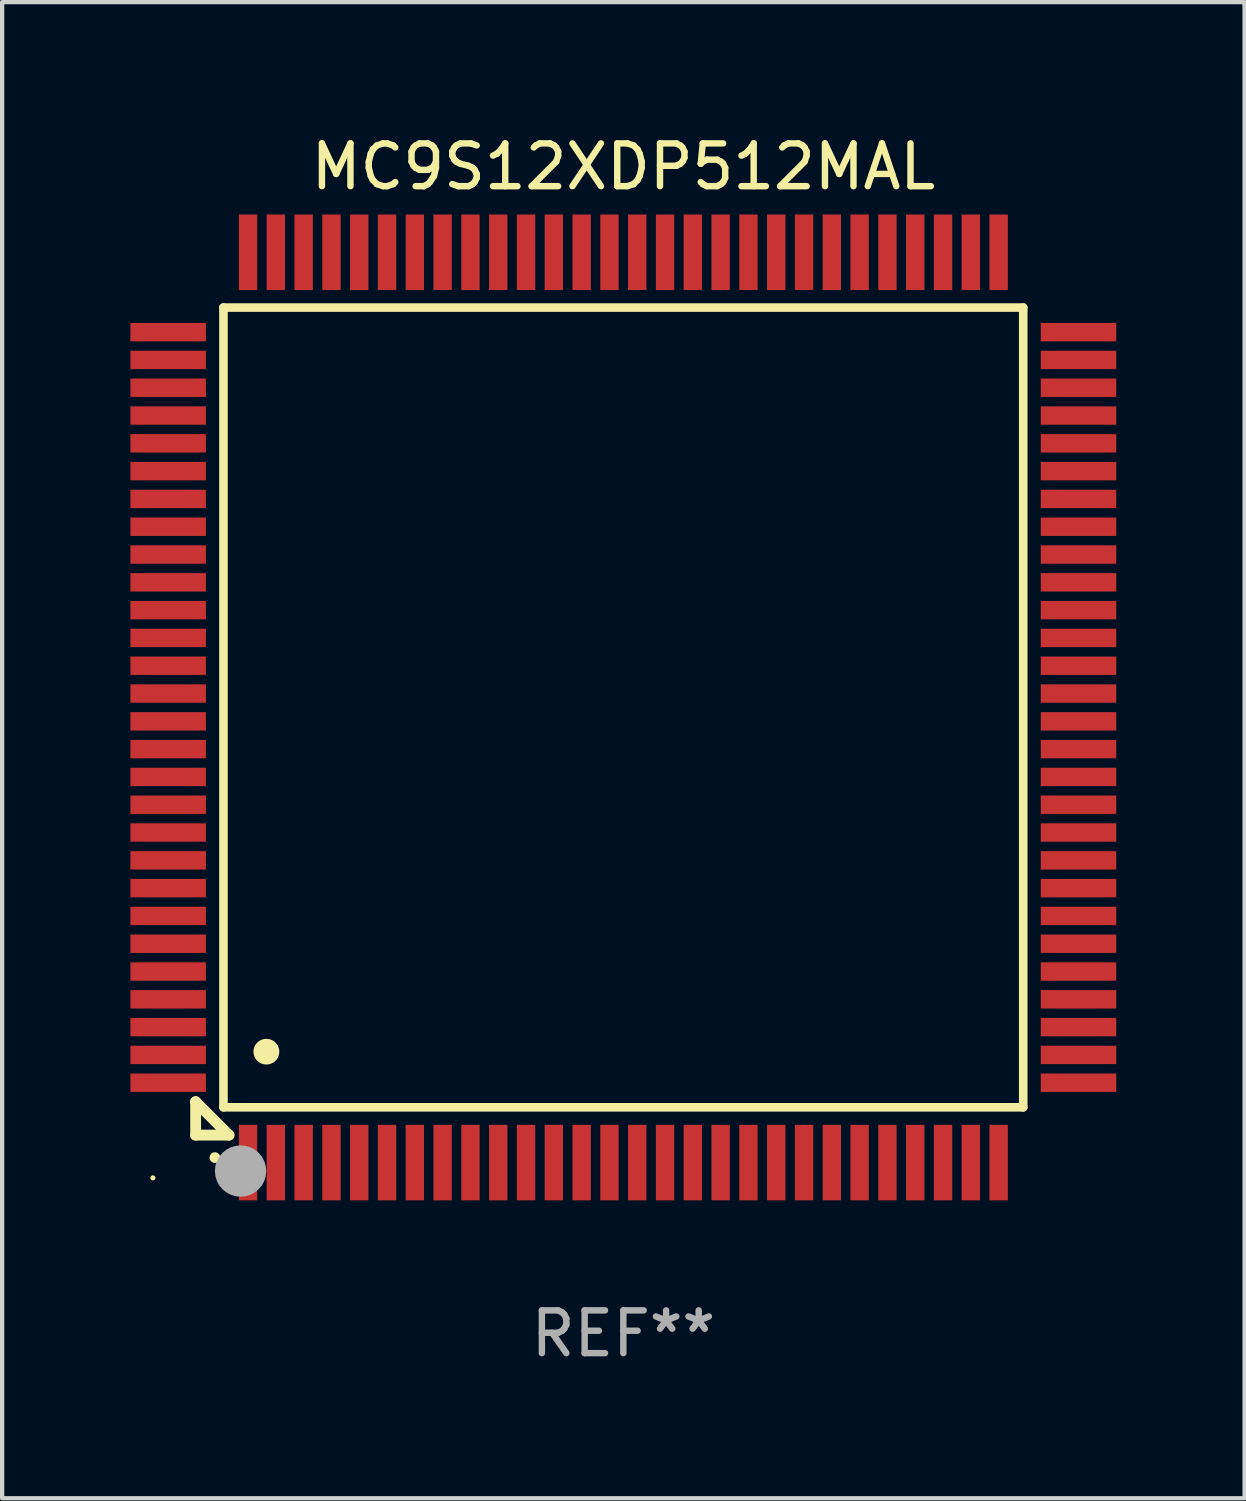
<source format=kicad_pcb>
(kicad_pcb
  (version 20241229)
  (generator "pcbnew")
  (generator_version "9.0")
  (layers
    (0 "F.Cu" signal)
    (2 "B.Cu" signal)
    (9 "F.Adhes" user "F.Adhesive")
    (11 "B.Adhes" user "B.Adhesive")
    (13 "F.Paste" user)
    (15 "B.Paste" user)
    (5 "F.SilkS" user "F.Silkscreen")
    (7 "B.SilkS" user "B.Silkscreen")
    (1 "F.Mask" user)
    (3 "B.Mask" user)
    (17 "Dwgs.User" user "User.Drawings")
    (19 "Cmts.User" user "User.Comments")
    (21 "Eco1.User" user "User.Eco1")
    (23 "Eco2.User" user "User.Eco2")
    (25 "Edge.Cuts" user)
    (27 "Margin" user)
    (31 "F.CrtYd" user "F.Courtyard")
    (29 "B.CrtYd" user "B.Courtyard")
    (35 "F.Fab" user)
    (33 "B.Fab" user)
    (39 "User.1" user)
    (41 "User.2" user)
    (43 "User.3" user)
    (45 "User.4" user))
  (footprint "MC9S12XDP512MAL"
    (layer "F.Cu")
    (at 11.525 13.491)
    (property "Reference" "MC9S12XDP512MAL" (at 0 -12.643 0) (layer "F.SilkS") (effects (font (size 1 1) (thickness 0.15))))
    (attr through_hole)
    (fp_line (start -10 9.221) (end -10 9.221) (stroke (width 0.254) (type solid)) (layer "F.SilkS"))
    (fp_line (start -10 9.221) (end -10 10) (stroke (width 0.254) (type solid)) (layer "F.SilkS"))
    (fp_line (start -10 9.221) (end -9.221 10) (stroke (width 0.254) (type solid)) (layer "F.SilkS"))
    (fp_line (start -10 10) (end -9.221 10) (stroke (width 0.254) (type solid)) (layer "F.SilkS"))
    (fp_line (start -9.35 -9.35) (end -9.35 9.35) (stroke (width 0.201) (type solid)) (layer "F.SilkS"))
    (fp_line (start -9.35 9.35) (end 9.35 9.35) (stroke (width 0.201) (type solid)) (layer "F.SilkS"))
    (fp_line (start 9.35 -9.35) (end -9.35 -9.35) (stroke (width 0.201) (type solid)) (layer "F.SilkS"))
    (fp_line (start 9.35 9.35) (end 9.35 -9.35) (stroke (width 0.201) (type solid)) (layer "F.SilkS"))
    (fp_arc (start -9.550546 10.525832) (mid -9.549276 10.525826) (end -9.548006 10.525832) (stroke (width 0.24892) (type solid)) (layer "F.SilkS"))
    (fp_arc (start -8.349124 8.049327) (mid -8.346584 8.049316) (end -8.344044 8.049327) (stroke (width 0.599441) (type solid)) (layer "F.SilkS"))
    (fp_circle (center -11 11) (end -10.97 11) (stroke (width 0.06) (type solid)) (fill no) (layer "F.SilkS"))
    (fp_circle (center -8.95 10.84) (end -8.65 10.84) (stroke (width 0.6) (type solid)) (fill no) (layer "F.Fab"))
    (fp_text user "REF**" (at 0 14.643 0) (layer "F.Fab") (effects (font (size 1 1) (thickness 0.15))))
    (pad "1" smd rect (at -8.775 10.643) (size 0.43 1.765) (layers "F.Cu" "F.Mask" "F.Paste"))
    (pad "2" smd rect (at -8.125 10.643) (size 0.43 1.765) (layers "F.Cu" "F.Mask" "F.Paste"))
    (pad "3" smd rect (at -7.475 10.643) (size 0.43 1.765) (layers "F.Cu" "F.Mask" "F.Paste"))
    (pad "4" smd rect (at -6.825 10.643) (size 0.43 1.765) (layers "F.Cu" "F.Mask" "F.Paste"))
    (pad "5" smd rect (at -6.175 10.643) (size 0.43 1.765) (layers "F.Cu" "F.Mask" "F.Paste"))
    (pad "6" smd rect (at -5.525 10.643) (size 0.43 1.765) (layers "F.Cu" "F.Mask" "F.Paste"))
    (pad "7" smd rect (at -4.875 10.643) (size 0.43 1.765) (layers "F.Cu" "F.Mask" "F.Paste"))
    (pad "8" smd rect (at -4.225 10.643) (size 0.43 1.765) (layers "F.Cu" "F.Mask" "F.Paste"))
    (pad "9" smd rect (at -3.575 10.643) (size 0.43 1.765) (layers "F.Cu" "F.Mask" "F.Paste"))
    (pad "10" smd rect (at -2.925 10.643) (size 0.43 1.765) (layers "F.Cu" "F.Mask" "F.Paste"))
    (pad "11" smd rect (at -2.275 10.643) (size 0.43 1.765) (layers "F.Cu" "F.Mask" "F.Paste"))
    (pad "12" smd rect (at -1.625 10.643) (size 0.43 1.765) (layers "F.Cu" "F.Mask" "F.Paste"))
    (pad "13" smd rect (at -0.975 10.643) (size 0.43 1.765) (layers "F.Cu" "F.Mask" "F.Paste"))
    (pad "14" smd rect (at -0.325 10.643) (size 0.43 1.765) (layers "F.Cu" "F.Mask" "F.Paste"))
    (pad "15" smd rect (at 0.325 10.643) (size 0.43 1.765) (layers "F.Cu" "F.Mask" "F.Paste"))
    (pad "16" smd rect (at 0.975 10.643) (size 0.43 1.765) (layers "F.Cu" "F.Mask" "F.Paste"))
    (pad "17" smd rect (at 1.625 10.643) (size 0.43 1.765) (layers "F.Cu" "F.Mask" "F.Paste"))
    (pad "18" smd rect (at 2.275 10.643) (size 0.43 1.765) (layers "F.Cu" "F.Mask" "F.Paste"))
    (pad "19" smd rect (at 2.925 10.643) (size 0.43 1.765) (layers "F.Cu" "F.Mask" "F.Paste"))
    (pad "20" smd rect (at 3.575 10.643) (size 0.43 1.765) (layers "F.Cu" "F.Mask" "F.Paste"))
    (pad "21" smd rect (at 4.225 10.643) (size 0.43 1.765) (layers "F.Cu" "F.Mask" "F.Paste"))
    (pad "22" smd rect (at 4.875 10.643) (size 0.43 1.765) (layers "F.Cu" "F.Mask" "F.Paste"))
    (pad "23" smd rect (at 5.525 10.643) (size 0.43 1.765) (layers "F.Cu" "F.Mask" "F.Paste"))
    (pad "24" smd rect (at 6.175 10.643) (size 0.43 1.765) (layers "F.Cu" "F.Mask" "F.Paste"))
    (pad "25" smd rect (at 6.825 10.643) (size 0.43 1.765) (layers "F.Cu" "F.Mask" "F.Paste"))
    (pad "26" smd rect (at 7.475 10.643) (size 0.43 1.765) (layers "F.Cu" "F.Mask" "F.Paste"))
    (pad "27" smd rect (at 8.125 10.643) (size 0.43 1.765) (layers "F.Cu" "F.Mask" "F.Paste"))
    (pad "28" smd rect (at 8.775 10.643) (size 0.43 1.765) (layers "F.Cu" "F.Mask" "F.Paste"))
    (pad "29" smd rect (at 10.643 8.775) (size 1.765 0.43) (layers "F.Cu" "F.Mask" "F.Paste"))
    (pad "30" smd rect (at 10.643 8.125) (size 1.765 0.43) (layers "F.Cu" "F.Mask" "F.Paste"))
    (pad "31" smd rect (at 10.643 7.475) (size 1.765 0.43) (layers "F.Cu" "F.Mask" "F.Paste"))
    (pad "32" smd rect (at 10.643 6.825) (size 1.765 0.43) (layers "F.Cu" "F.Mask" "F.Paste"))
    (pad "33" smd rect (at 10.643 6.175) (size 1.765 0.43) (layers "F.Cu" "F.Mask" "F.Paste"))
    (pad "34" smd rect (at 10.643 5.525) (size 1.765 0.43) (layers "F.Cu" "F.Mask" "F.Paste"))
    (pad "35" smd rect (at 10.643 4.875) (size 1.765 0.43) (layers "F.Cu" "F.Mask" "F.Paste"))
    (pad "36" smd rect (at 10.643 4.225) (size 1.765 0.43) (layers "F.Cu" "F.Mask" "F.Paste"))
    (pad "37" smd rect (at 10.643 3.575) (size 1.765 0.43) (layers "F.Cu" "F.Mask" "F.Paste"))
    (pad "38" smd rect (at 10.643 2.925) (size 1.765 0.43) (layers "F.Cu" "F.Mask" "F.Paste"))
    (pad "39" smd rect (at 10.643 2.275) (size 1.765 0.43) (layers "F.Cu" "F.Mask" "F.Paste"))
    (pad "40" smd rect (at 10.643 1.625) (size 1.765 0.43) (layers "F.Cu" "F.Mask" "F.Paste"))
    (pad "41" smd rect (at 10.643 0.975) (size 1.765 0.43) (layers "F.Cu" "F.Mask" "F.Paste"))
    (pad "42" smd rect (at 10.643 0.325) (size 1.765 0.43) (layers "F.Cu" "F.Mask" "F.Paste"))
    (pad "43" smd rect (at 10.643 -0.325) (size 1.765 0.43) (layers "F.Cu" "F.Mask" "F.Paste"))
    (pad "44" smd rect (at 10.643 -0.975) (size 1.765 0.43) (layers "F.Cu" "F.Mask" "F.Paste"))
    (pad "45" smd rect (at 10.643 -1.625) (size 1.765 0.43) (layers "F.Cu" "F.Mask" "F.Paste"))
    (pad "46" smd rect (at 10.643 -2.275) (size 1.765 0.43) (layers "F.Cu" "F.Mask" "F.Paste"))
    (pad "47" smd rect (at 10.643 -2.925) (size 1.765 0.43) (layers "F.Cu" "F.Mask" "F.Paste"))
    (pad "48" smd rect (at 10.643 -3.575) (size 1.765 0.43) (layers "F.Cu" "F.Mask" "F.Paste"))
    (pad "49" smd rect (at 10.643 -4.225) (size 1.765 0.43) (layers "F.Cu" "F.Mask" "F.Paste"))
    (pad "50" smd rect (at 10.643 -4.875) (size 1.765 0.43) (layers "F.Cu" "F.Mask" "F.Paste"))
    (pad "51" smd rect (at 10.643 -5.525) (size 1.765 0.43) (layers "F.Cu" "F.Mask" "F.Paste"))
    (pad "52" smd rect (at 10.643 -6.175) (size 1.765 0.43) (layers "F.Cu" "F.Mask" "F.Paste"))
    (pad "53" smd rect (at 10.643 -6.825) (size 1.765 0.43) (layers "F.Cu" "F.Mask" "F.Paste"))
    (pad "54" smd rect (at 10.643 -7.475) (size 1.765 0.43) (layers "F.Cu" "F.Mask" "F.Paste"))
    (pad "55" smd rect (at 10.643 -8.125) (size 1.765 0.43) (layers "F.Cu" "F.Mask" "F.Paste"))
    (pad "56" smd rect (at 10.643 -8.775) (size 1.765 0.43) (layers "F.Cu" "F.Mask" "F.Paste"))
    (pad "57" smd rect (at 8.775 -10.643) (size 0.43 1.765) (layers "F.Cu" "F.Mask" "F.Paste"))
    (pad "58" smd rect (at 8.125 -10.643) (size 0.43 1.765) (layers "F.Cu" "F.Mask" "F.Paste"))
    (pad "59" smd rect (at 7.475 -10.643) (size 0.43 1.765) (layers "F.Cu" "F.Mask" "F.Paste"))
    (pad "60" smd rect (at 6.825 -10.643) (size 0.43 1.765) (layers "F.Cu" "F.Mask" "F.Paste"))
    (pad "61" smd rect (at 6.175 -10.643) (size 0.43 1.765) (layers "F.Cu" "F.Mask" "F.Paste"))
    (pad "62" smd rect (at 5.525 -10.643) (size 0.43 1.765) (layers "F.Cu" "F.Mask" "F.Paste"))
    (pad "63" smd rect (at 4.875 -10.643) (size 0.43 1.765) (layers "F.Cu" "F.Mask" "F.Paste"))
    (pad "64" smd rect (at 4.225 -10.643) (size 0.43 1.765) (layers "F.Cu" "F.Mask" "F.Paste"))
    (pad "65" smd rect (at 3.575 -10.643) (size 0.43 1.765) (layers "F.Cu" "F.Mask" "F.Paste"))
    (pad "66" smd rect (at 2.925 -10.643) (size 0.43 1.765) (layers "F.Cu" "F.Mask" "F.Paste"))
    (pad "67" smd rect (at 2.275 -10.643) (size 0.43 1.765) (layers "F.Cu" "F.Mask" "F.Paste"))
    (pad "68" smd rect (at 1.625 -10.643) (size 0.43 1.765) (layers "F.Cu" "F.Mask" "F.Paste"))
    (pad "69" smd rect (at 0.975 -10.643) (size 0.43 1.765) (layers "F.Cu" "F.Mask" "F.Paste"))
    (pad "70" smd rect (at 0.325 -10.643) (size 0.43 1.765) (layers "F.Cu" "F.Mask" "F.Paste"))
    (pad "71" smd rect (at -0.325 -10.643) (size 0.43 1.765) (layers "F.Cu" "F.Mask" "F.Paste"))
    (pad "72" smd rect (at -0.975 -10.643) (size 0.43 1.765) (layers "F.Cu" "F.Mask" "F.Paste"))
    (pad "73" smd rect (at -1.625 -10.643) (size 0.43 1.765) (layers "F.Cu" "F.Mask" "F.Paste"))
    (pad "74" smd rect (at -2.275 -10.643) (size 0.43 1.765) (layers "F.Cu" "F.Mask" "F.Paste"))
    (pad "75" smd rect (at -2.925 -10.643) (size 0.43 1.765) (layers "F.Cu" "F.Mask" "F.Paste"))
    (pad "76" smd rect (at -3.575 -10.643) (size 0.43 1.765) (layers "F.Cu" "F.Mask" "F.Paste"))
    (pad "77" smd rect (at -4.225 -10.643) (size 0.43 1.765) (layers "F.Cu" "F.Mask" "F.Paste"))
    (pad "78" smd rect (at -4.875 -10.643) (size 0.43 1.765) (layers "F.Cu" "F.Mask" "F.Paste"))
    (pad "79" smd rect (at -5.525 -10.643) (size 0.43 1.765) (layers "F.Cu" "F.Mask" "F.Paste"))
    (pad "80" smd rect (at -6.175 -10.643) (size 0.43 1.765) (layers "F.Cu" "F.Mask" "F.Paste"))
    (pad "81" smd rect (at -6.825 -10.643) (size 0.43 1.765) (layers "F.Cu" "F.Mask" "F.Paste"))
    (pad "82" smd rect (at -7.475 -10.643) (size 0.43 1.765) (layers "F.Cu" "F.Mask" "F.Paste"))
    (pad "83" smd rect (at -8.125 -10.643) (size 0.43 1.765) (layers "F.Cu" "F.Mask" "F.Paste"))
    (pad "84" smd rect (at -8.775 -10.643) (size 0.43 1.765) (layers "F.Cu" "F.Mask" "F.Paste"))
    (pad "85" smd rect (at -10.643 -8.775) (size 1.765 0.43) (layers "F.Cu" "F.Mask" "F.Paste"))
    (pad "86" smd rect (at -10.643 -8.125) (size 1.765 0.43) (layers "F.Cu" "F.Mask" "F.Paste"))
    (pad "87" smd rect (at -10.643 -7.475) (size 1.765 0.43) (layers "F.Cu" "F.Mask" "F.Paste"))
    (pad "88" smd rect (at -10.643 -6.825) (size 1.765 0.43) (layers "F.Cu" "F.Mask" "F.Paste"))
    (pad "89" smd rect (at -10.643 -6.175) (size 1.765 0.43) (layers "F.Cu" "F.Mask" "F.Paste"))
    (pad "90" smd rect (at -10.643 -5.525) (size 1.765 0.43) (layers "F.Cu" "F.Mask" "F.Paste"))
    (pad "91" smd rect (at -10.643 -4.875) (size 1.765 0.43) (layers "F.Cu" "F.Mask" "F.Paste"))
    (pad "92" smd rect (at -10.643 -4.225) (size 1.765 0.43) (layers "F.Cu" "F.Mask" "F.Paste"))
    (pad "93" smd rect (at -10.643 -3.575) (size 1.765 0.43) (layers "F.Cu" "F.Mask" "F.Paste"))
    (pad "94" smd rect (at -10.643 -2.925) (size 1.765 0.43) (layers "F.Cu" "F.Mask" "F.Paste"))
    (pad "95" smd rect (at -10.643 -2.275) (size 1.765 0.43) (layers "F.Cu" "F.Mask" "F.Paste"))
    (pad "96" smd rect (at -10.643 -1.625) (size 1.765 0.43) (layers "F.Cu" "F.Mask" "F.Paste"))
    (pad "97" smd rect (at -10.643 -0.975) (size 1.765 0.43) (layers "F.Cu" "F.Mask" "F.Paste"))
    (pad "98" smd rect (at -10.643 -0.325) (size 1.765 0.43) (layers "F.Cu" "F.Mask" "F.Paste"))
    (pad "99" smd rect (at -10.643 0.325) (size 1.765 0.43) (layers "F.Cu" "F.Mask" "F.Paste"))
    (pad "100" smd rect (at -10.643 0.975) (size 1.765 0.43) (layers "F.Cu" "F.Mask" "F.Paste"))
    (pad "101" smd rect (at -10.643 1.625) (size 1.765 0.43) (layers "F.Cu" "F.Mask" "F.Paste"))
    (pad "102" smd rect (at -10.643 2.275) (size 1.765 0.43) (layers "F.Cu" "F.Mask" "F.Paste"))
    (pad "103" smd rect (at -10.643 2.925) (size 1.765 0.43) (layers "F.Cu" "F.Mask" "F.Paste"))
    (pad "104" smd rect (at -10.643 3.575) (size 1.765 0.43) (layers "F.Cu" "F.Mask" "F.Paste"))
    (pad "105" smd rect (at -10.643 4.225) (size 1.765 0.43) (layers "F.Cu" "F.Mask" "F.Paste"))
    (pad "106" smd rect (at -10.643 4.875) (size 1.765 0.43) (layers "F.Cu" "F.Mask" "F.Paste"))
    (pad "107" smd rect (at -10.643 5.525) (size 1.765 0.43) (layers "F.Cu" "F.Mask" "F.Paste"))
    (pad "108" smd rect (at -10.643 6.175) (size 1.765 0.43) (layers "F.Cu" "F.Mask" "F.Paste"))
    (pad "109" smd rect (at -10.643 6.825) (size 1.765 0.43) (layers "F.Cu" "F.Mask" "F.Paste"))
    (pad "110" smd rect (at -10.643 7.475) (size 1.765 0.43) (layers "F.Cu" "F.Mask" "F.Paste"))
    (pad "111" smd rect (at -10.643 8.125) (size 1.765 0.43) (layers "F.Cu" "F.Mask" "F.Paste"))
    (pad "112" smd rect (at -10.643 8.775) (size 1.765 0.43) (layers "F.Cu" "F.Mask" "F.Paste")))
  (gr_rect
    (start -3 -3)
    (end 26.05 31.982)
    (stroke (width 0.1) (type default))
    (fill no)
    (layer "Edge.Cuts")))
</source>
